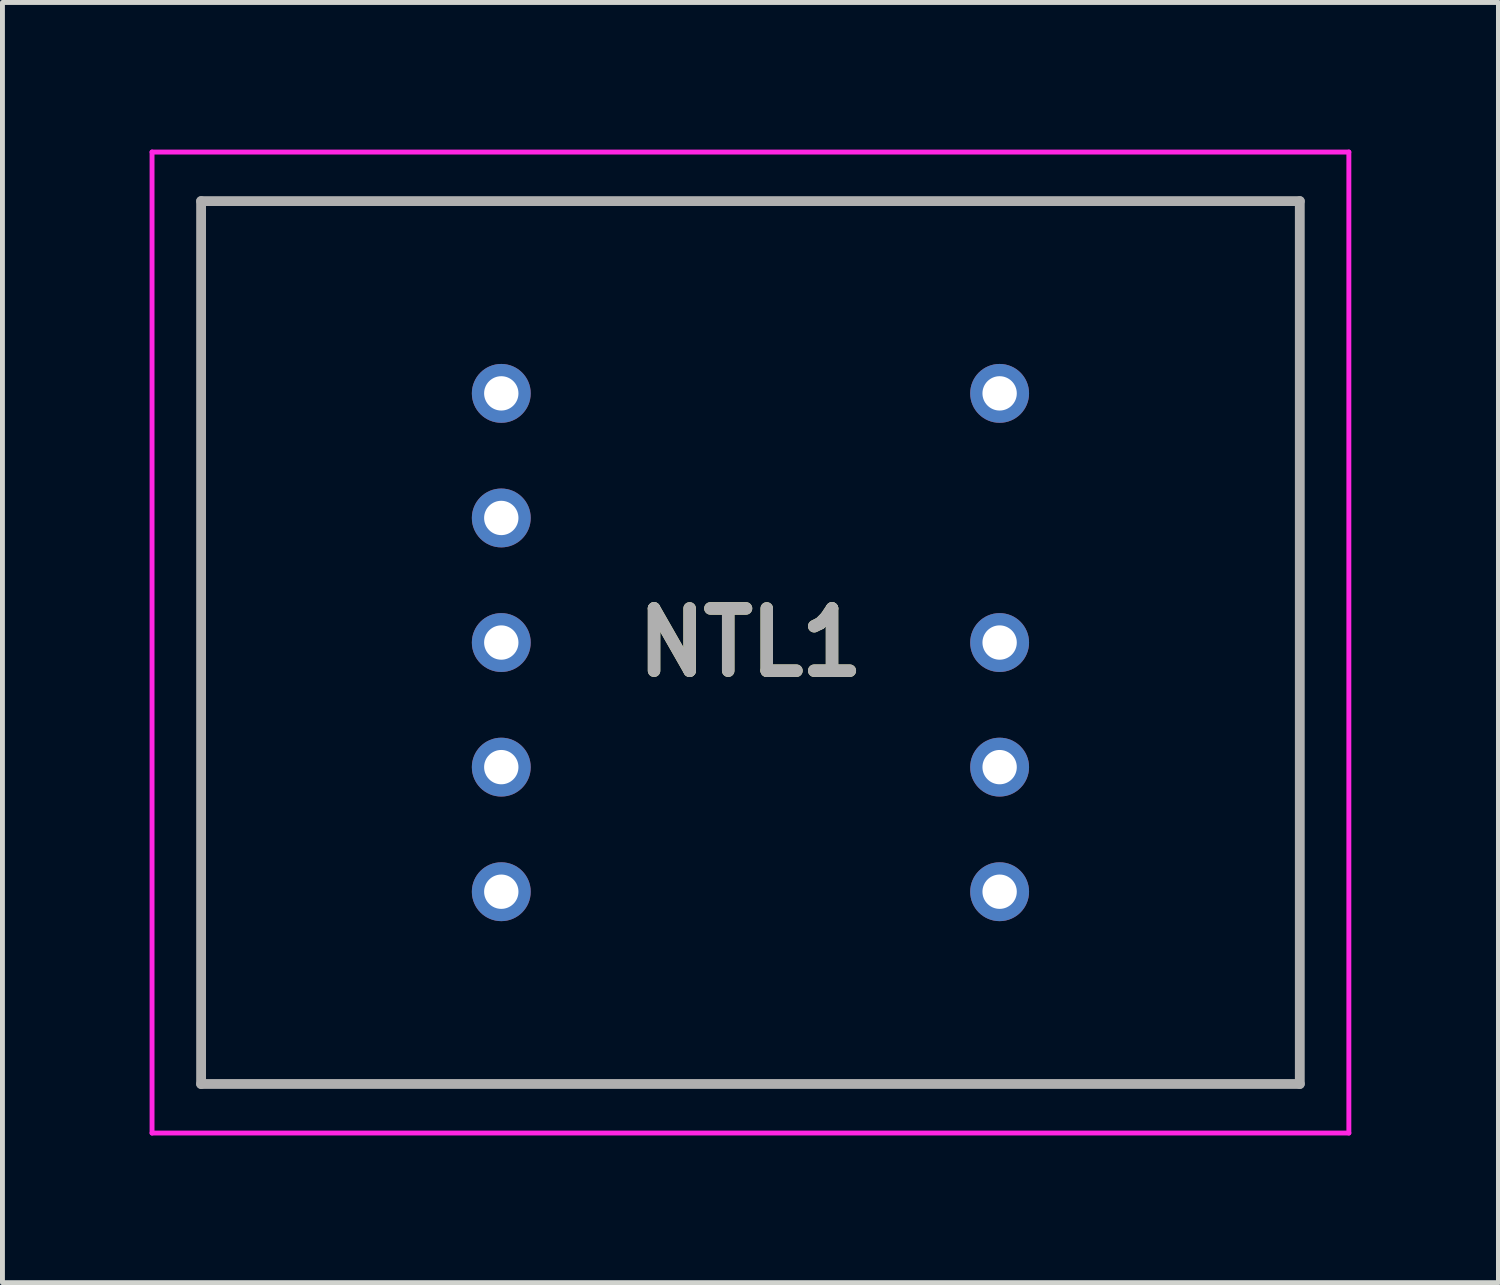
<source format=kicad_pcb>
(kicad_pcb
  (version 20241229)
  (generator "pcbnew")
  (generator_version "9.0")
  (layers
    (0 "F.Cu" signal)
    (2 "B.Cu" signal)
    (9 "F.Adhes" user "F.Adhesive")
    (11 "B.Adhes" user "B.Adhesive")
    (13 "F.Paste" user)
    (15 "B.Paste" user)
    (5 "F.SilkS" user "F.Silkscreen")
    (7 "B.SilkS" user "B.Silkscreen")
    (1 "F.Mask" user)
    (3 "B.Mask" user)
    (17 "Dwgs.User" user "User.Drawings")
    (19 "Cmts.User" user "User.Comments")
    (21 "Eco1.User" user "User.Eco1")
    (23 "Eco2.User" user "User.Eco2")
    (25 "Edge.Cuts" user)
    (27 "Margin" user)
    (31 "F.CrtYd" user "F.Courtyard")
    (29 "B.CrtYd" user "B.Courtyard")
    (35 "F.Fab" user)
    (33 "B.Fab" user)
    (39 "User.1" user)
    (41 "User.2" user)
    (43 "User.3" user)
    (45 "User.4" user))
  (footprint "NTL1"
    (layer "F.Cu")
    (at 7.17 15.13)
    (property "Reference" "NTL1" (at 5.08 -5.08 0) (layer "F.SilkS") (effects (font (size 1.27 1.27) (thickness 0.254))))
    (attr through_hole)
    (fp_line (start -6.12 -14.08) (end 16.28 -14.08) (stroke (width 0.1) (type solid)) (layer "F.SilkS"))
    (fp_line (start -6.12 3.92) (end -6.12 -14.08) (stroke (width 0.1) (type solid)) (layer "F.SilkS"))
    (fp_line (start 16.28 -14.08) (end 16.28 3.92) (stroke (width 0.1) (type solid)) (layer "F.SilkS"))
    (fp_line (start 16.28 3.92) (end -6.12 3.92) (stroke (width 0.1) (type solid)) (layer "F.SilkS"))
    (fp_line (start -7.12 -15.08) (end 17.28 -15.08) (stroke (width 0.1) (type solid)) (layer "F.CrtYd"))
    (fp_line (start -7.12 4.92) (end -7.12 -15.08) (stroke (width 0.1) (type solid)) (layer "F.CrtYd"))
    (fp_line (start 17.28 -15.08) (end 17.28 4.92) (stroke (width 0.1) (type solid)) (layer "F.CrtYd"))
    (fp_line (start 17.28 4.92) (end -7.12 4.92) (stroke (width 0.1) (type solid)) (layer "F.CrtYd"))
    (fp_line (start -6.12 -14.08) (end 16.28 -14.08) (stroke (width 0.2) (type solid)) (layer "F.Fab"))
    (fp_line (start -6.12 3.92) (end -6.12 -14.08) (stroke (width 0.2) (type solid)) (layer "F.Fab"))
    (fp_line (start 16.28 -14.08) (end 16.28 3.92) (stroke (width 0.2) (type solid)) (layer "F.Fab"))
    (fp_line (start 16.28 3.92) (end -6.12 3.92) (stroke (width 0.2) (type solid)) (layer "F.Fab"))
    (fp_text user "${REFERENCE}" (at 5.08 -5.08 0) (layer "F.Fab") (effects (font (size 1.27 1.27) (thickness 0.254))))
    (pad "1" thru_hole circle (at 0 0) (size 1.2 1.2) (drill 0.7) (layers "*.Cu" "*.Mask"))
    (pad "2" thru_hole circle (at 0 -2.54) (size 1.2 1.2) (drill 0.7) (layers "*.Cu" "*.Mask"))
    (pad "3" thru_hole circle (at 0 -5.08) (size 1.2 1.2) (drill 0.7) (layers "*.Cu" "*.Mask"))
    (pad "4" thru_hole circle (at 0 -7.62) (size 1.2 1.2) (drill 0.7) (layers "*.Cu" "*.Mask"))
    (pad "5" thru_hole circle (at 0 -10.16) (size 1.2 1.2) (drill 0.7) (layers "*.Cu" "*.Mask"))
    (pad "6" thru_hole circle (at 10.16 0) (size 1.2 1.2) (drill 0.7) (layers "*.Cu" "*.Mask"))
    (pad "7" thru_hole circle (at 10.16 -2.54) (size 1.2 1.2) (drill 0.7) (layers "*.Cu" "*.Mask"))
    (pad "8" thru_hole circle (at 10.16 -5.08) (size 1.2 1.2) (drill 0.7) (layers "*.Cu" "*.Mask"))
    (pad "9" thru_hole circle (at 10.16 -10.16) (size 1.2 1.2) (drill 0.7) (layers "*.Cu" "*.Mask")))
  (gr_rect
    (start -3 -3)
    (end 27.5 23.1)
    (stroke (width 0.1) (type default))
    (fill no)
    (layer "Edge.Cuts")))
</source>
